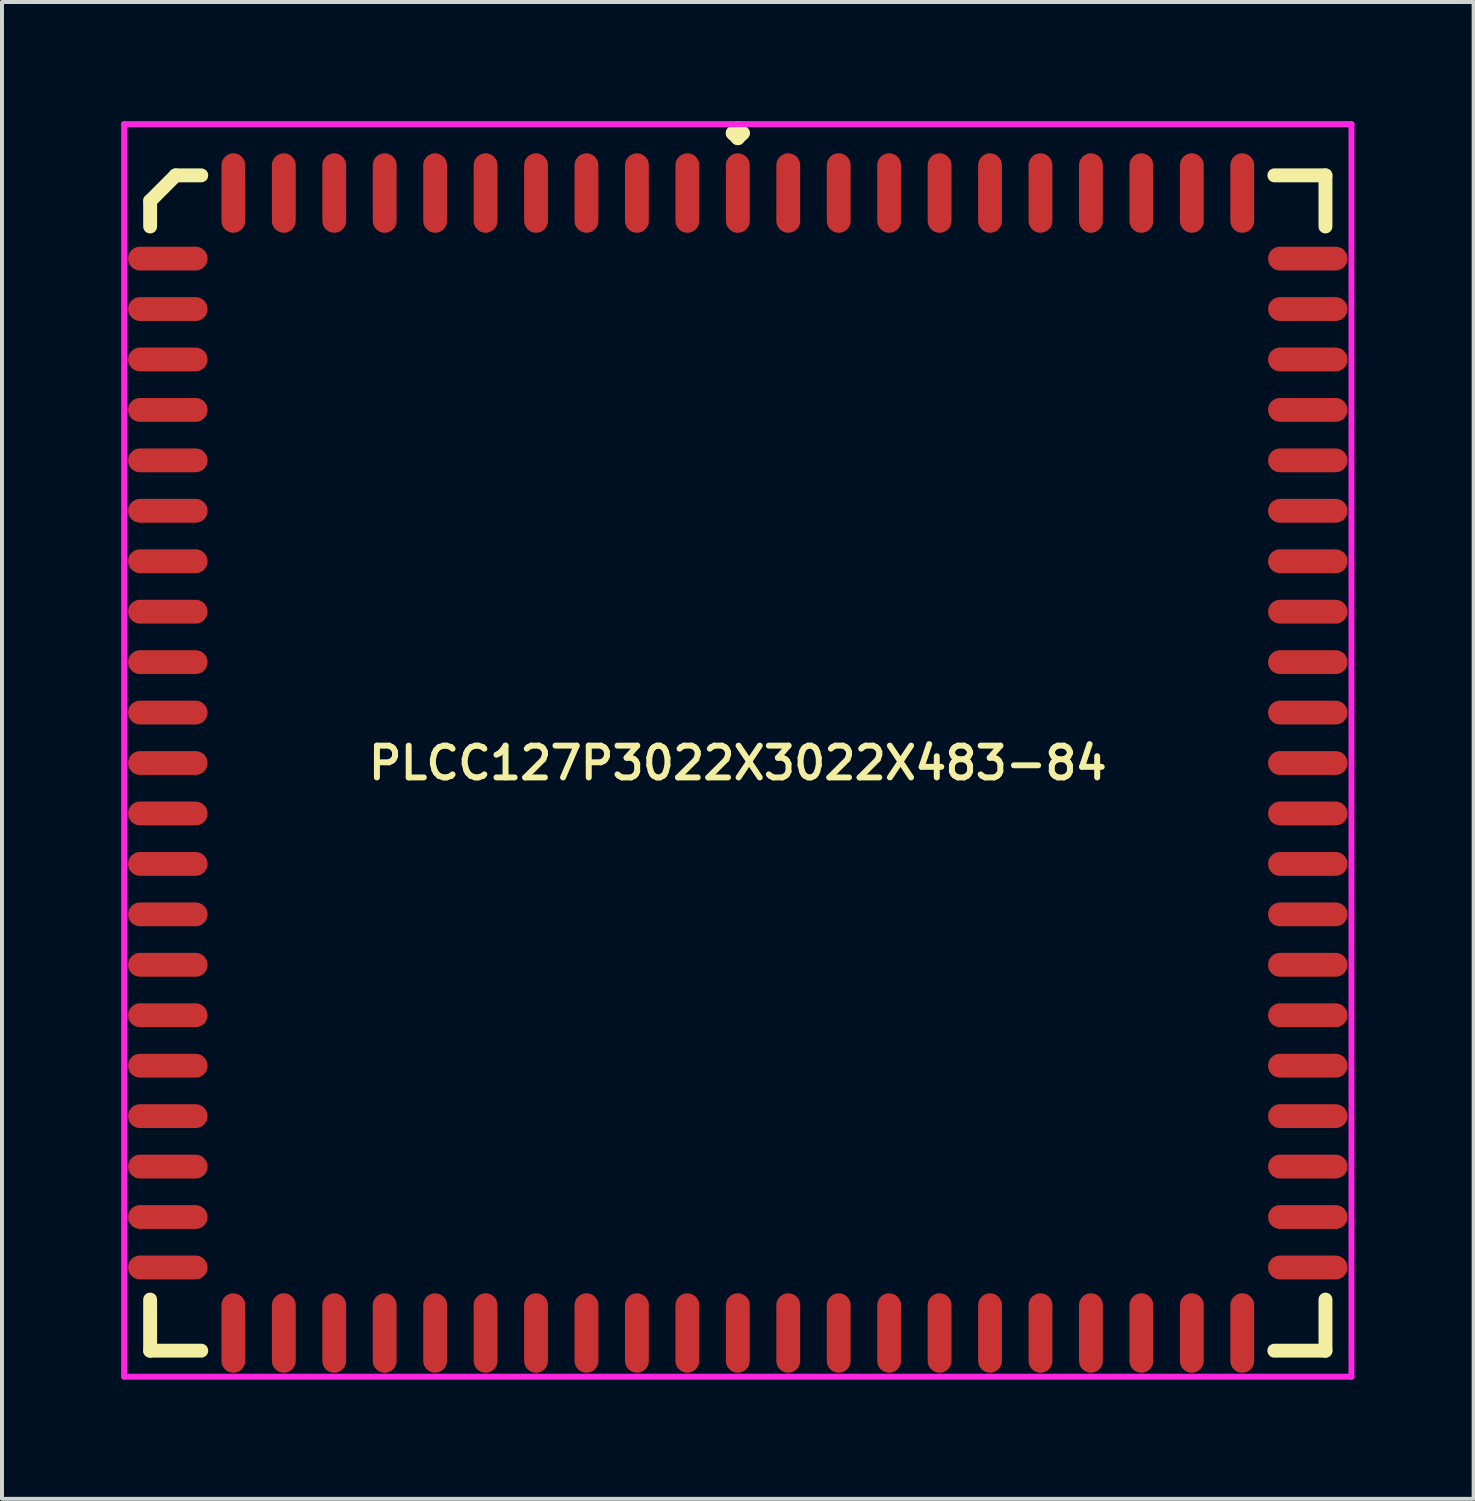
<source format=kicad_pcb>
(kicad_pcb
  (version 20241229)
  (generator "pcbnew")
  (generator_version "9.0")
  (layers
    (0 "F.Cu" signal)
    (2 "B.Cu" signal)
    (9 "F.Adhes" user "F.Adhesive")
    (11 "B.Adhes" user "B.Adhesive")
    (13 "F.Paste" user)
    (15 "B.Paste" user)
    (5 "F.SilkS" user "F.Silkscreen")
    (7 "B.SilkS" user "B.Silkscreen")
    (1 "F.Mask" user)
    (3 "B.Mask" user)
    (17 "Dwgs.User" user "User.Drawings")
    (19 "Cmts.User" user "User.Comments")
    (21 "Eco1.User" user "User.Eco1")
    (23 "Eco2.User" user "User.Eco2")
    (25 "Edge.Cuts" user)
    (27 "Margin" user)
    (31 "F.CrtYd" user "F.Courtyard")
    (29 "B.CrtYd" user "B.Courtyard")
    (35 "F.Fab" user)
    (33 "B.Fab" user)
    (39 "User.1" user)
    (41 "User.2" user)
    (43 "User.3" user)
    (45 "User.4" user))
  (footprint "PLCC127P3022X3022X483-84"
    (layer "F.Cu")
    (at 15.525 16.16)
    (property "Reference" "PLCC127P3022X3022X483-84" (at 0 0 0) (layer "F.SilkS") (effects (font (size 0.8 0.8) (thickness 0.15))))
    (attr smd)
    (fp_line (start -14.795 -14.152) (end -14.152 -14.795) (stroke (width 0.35) (type solid)) (layer "F.SilkS"))
    (fp_line (start -14.795 -13.508) (end -14.795 -14.152) (stroke (width 0.35) (type solid)) (layer "F.SilkS"))
    (fp_line (start -14.795 13.508) (end -14.795 14.795) (stroke (width 0.35) (type solid)) (layer "F.SilkS"))
    (fp_line (start -14.795 14.795) (end -13.508 14.795) (stroke (width 0.35) (type solid)) (layer "F.SilkS"))
    (fp_line (start -14.152 -14.795) (end -13.508 -14.795) (stroke (width 0.35) (type solid)) (layer "F.SilkS"))
    (fp_line (start -0.127 -15.858) (end 0 -15.985) (stroke (width 0.35) (type solid)) (layer "F.SilkS"))
    (fp_line (start 0 -15.985) (end 0.127 -15.858) (stroke (width 0.35) (type solid)) (layer "F.SilkS"))
    (fp_line (start 0 -15.731) (end -0.127 -15.858) (stroke (width 0.35) (type solid)) (layer "F.SilkS"))
    (fp_line (start 0.127 -15.858) (end 0 -15.731) (stroke (width 0.35) (type solid)) (layer "F.SilkS"))
    (fp_line (start 14.795 -14.795) (end 13.508 -14.795) (stroke (width 0.35) (type solid)) (layer "F.SilkS"))
    (fp_line (start 14.795 -13.508) (end 14.795 -14.795) (stroke (width 0.35) (type solid)) (layer "F.SilkS"))
    (fp_line (start 14.795 13.508) (end 14.795 14.795) (stroke (width 0.35) (type solid)) (layer "F.SilkS"))
    (fp_line (start 14.795 14.795) (end 13.508 14.795) (stroke (width 0.35) (type solid)) (layer "F.SilkS"))
    (fp_line (start -15.45 -16.085) (end 15.45 -16.085) (stroke (width 0.15) (type solid)) (layer "F.CrtYd"))
    (fp_line (start -15.45 15.45) (end -15.45 -16.085) (stroke (width 0.15) (type solid)) (layer "F.CrtYd"))
    (fp_line (start 15.45 -16.085) (end 15.45 15.45) (stroke (width 0.15) (type solid)) (layer "F.CrtYd"))
    (fp_line (start 15.45 15.45) (end -15.45 15.45) (stroke (width 0.15) (type solid)) (layer "F.CrtYd"))
    (pad "1" smd oval (at 0 -14.35) (size 0.6 2) (layers "F.Cu" "F.Mask" "F.Paste"))
    (pad "2" smd oval (at -1.27 -14.35) (size 0.6 2) (layers "F.Cu" "F.Mask" "F.Paste"))
    (pad "3" smd oval (at -2.54 -14.35) (size 0.6 2) (layers "F.Cu" "F.Mask" "F.Paste"))
    (pad "4" smd oval (at -3.81 -14.35) (size 0.6 2) (layers "F.Cu" "F.Mask" "F.Paste"))
    (pad "5" smd oval (at -5.08 -14.35) (size 0.6 2) (layers "F.Cu" "F.Mask" "F.Paste"))
    (pad "6" smd oval (at -6.35 -14.35) (size 0.6 2) (layers "F.Cu" "F.Mask" "F.Paste"))
    (pad "7" smd oval (at -7.62 -14.35) (size 0.6 2) (layers "F.Cu" "F.Mask" "F.Paste"))
    (pad "8" smd oval (at -8.89 -14.35) (size 0.6 2) (layers "F.Cu" "F.Mask" "F.Paste"))
    (pad "9" smd oval (at -10.16 -14.35) (size 0.6 2) (layers "F.Cu" "F.Mask" "F.Paste"))
    (pad "10" smd oval (at -11.43 -14.35) (size 0.6 2) (layers "F.Cu" "F.Mask" "F.Paste"))
    (pad "11" smd oval (at -12.7 -14.35) (size 0.6 2) (layers "F.Cu" "F.Mask" "F.Paste"))
    (pad "12" smd oval (at -14.35 -12.7) (size 2 0.6) (layers "F.Cu" "F.Mask" "F.Paste"))
    (pad "13" smd oval (at -14.35 -11.43) (size 2 0.6) (layers "F.Cu" "F.Mask" "F.Paste"))
    (pad "14" smd oval (at -14.35 -10.16) (size 2 0.6) (layers "F.Cu" "F.Mask" "F.Paste"))
    (pad "15" smd oval (at -14.35 -8.89) (size 2 0.6) (layers "F.Cu" "F.Mask" "F.Paste"))
    (pad "16" smd oval (at -14.35 -7.62) (size 2 0.6) (layers "F.Cu" "F.Mask" "F.Paste"))
    (pad "17" smd oval (at -14.35 -6.35) (size 2 0.6) (layers "F.Cu" "F.Mask" "F.Paste"))
    (pad "18" smd oval (at -14.35 -5.08) (size 2 0.6) (layers "F.Cu" "F.Mask" "F.Paste"))
    (pad "19" smd oval (at -14.35 -3.81) (size 2 0.6) (layers "F.Cu" "F.Mask" "F.Paste"))
    (pad "20" smd oval (at -14.35 -2.54) (size 2 0.6) (layers "F.Cu" "F.Mask" "F.Paste"))
    (pad "21" smd oval (at -14.35 -1.27) (size 2 0.6) (layers "F.Cu" "F.Mask" "F.Paste"))
    (pad "22" smd oval (at -14.35 0) (size 2 0.6) (layers "F.Cu" "F.Mask" "F.Paste"))
    (pad "23" smd oval (at -14.35 1.27) (size 2 0.6) (layers "F.Cu" "F.Mask" "F.Paste"))
    (pad "24" smd oval (at -14.35 2.54) (size 2 0.6) (layers "F.Cu" "F.Mask" "F.Paste"))
    (pad "25" smd oval (at -14.35 3.81) (size 2 0.6) (layers "F.Cu" "F.Mask" "F.Paste"))
    (pad "26" smd oval (at -14.35 5.08) (size 2 0.6) (layers "F.Cu" "F.Mask" "F.Paste"))
    (pad "27" smd oval (at -14.35 6.35) (size 2 0.6) (layers "F.Cu" "F.Mask" "F.Paste"))
    (pad "28" smd oval (at -14.35 7.62) (size 2 0.6) (layers "F.Cu" "F.Mask" "F.Paste"))
    (pad "29" smd oval (at -14.35 8.89) (size 2 0.6) (layers "F.Cu" "F.Mask" "F.Paste"))
    (pad "30" smd oval (at -14.35 10.16) (size 2 0.6) (layers "F.Cu" "F.Mask" "F.Paste"))
    (pad "31" smd oval (at -14.35 11.43) (size 2 0.6) (layers "F.Cu" "F.Mask" "F.Paste"))
    (pad "32" smd oval (at -14.35 12.7) (size 2 0.6) (layers "F.Cu" "F.Mask" "F.Paste"))
    (pad "33" smd oval (at -12.7 14.35) (size 0.6 2) (layers "F.Cu" "F.Mask" "F.Paste"))
    (pad "34" smd oval (at -11.43 14.35) (size 0.6 2) (layers "F.Cu" "F.Mask" "F.Paste"))
    (pad "35" smd oval (at -10.16 14.35) (size 0.6 2) (layers "F.Cu" "F.Mask" "F.Paste"))
    (pad "36" smd oval (at -8.89 14.35) (size 0.6 2) (layers "F.Cu" "F.Mask" "F.Paste"))
    (pad "37" smd oval (at -7.62 14.35) (size 0.6 2) (layers "F.Cu" "F.Mask" "F.Paste"))
    (pad "38" smd oval (at -6.35 14.35) (size 0.6 2) (layers "F.Cu" "F.Mask" "F.Paste"))
    (pad "39" smd oval (at -5.08 14.35) (size 0.6 2) (layers "F.Cu" "F.Mask" "F.Paste"))
    (pad "40" smd oval (at -3.81 14.35) (size 0.6 2) (layers "F.Cu" "F.Mask" "F.Paste"))
    (pad "41" smd oval (at -2.54 14.35) (size 0.6 2) (layers "F.Cu" "F.Mask" "F.Paste"))
    (pad "42" smd oval (at -1.27 14.35) (size 0.6 2) (layers "F.Cu" "F.Mask" "F.Paste"))
    (pad "43" smd oval (at 0 14.35) (size 0.6 2) (layers "F.Cu" "F.Mask" "F.Paste"))
    (pad "44" smd oval (at 1.27 14.35) (size 0.6 2) (layers "F.Cu" "F.Mask" "F.Paste"))
    (pad "45" smd oval (at 2.54 14.35) (size 0.6 2) (layers "F.Cu" "F.Mask" "F.Paste"))
    (pad "46" smd oval (at 3.81 14.35) (size 0.6 2) (layers "F.Cu" "F.Mask" "F.Paste"))
    (pad "47" smd oval (at 5.08 14.35) (size 0.6 2) (layers "F.Cu" "F.Mask" "F.Paste"))
    (pad "48" smd oval (at 6.35 14.35) (size 0.6 2) (layers "F.Cu" "F.Mask" "F.Paste"))
    (pad "49" smd oval (at 7.62 14.35) (size 0.6 2) (layers "F.Cu" "F.Mask" "F.Paste"))
    (pad "50" smd oval (at 8.89 14.35) (size 0.6 2) (layers "F.Cu" "F.Mask" "F.Paste"))
    (pad "51" smd oval (at 10.16 14.35) (size 0.6 2) (layers "F.Cu" "F.Mask" "F.Paste"))
    (pad "52" smd oval (at 11.43 14.35) (size 0.6 2) (layers "F.Cu" "F.Mask" "F.Paste"))
    (pad "53" smd oval (at 12.7 14.35) (size 0.6 2) (layers "F.Cu" "F.Mask" "F.Paste"))
    (pad "54" smd oval (at 14.35 12.7) (size 2 0.6) (layers "F.Cu" "F.Mask" "F.Paste"))
    (pad "55" smd oval (at 14.35 11.43) (size 2 0.6) (layers "F.Cu" "F.Mask" "F.Paste"))
    (pad "56" smd oval (at 14.35 10.16) (size 2 0.6) (layers "F.Cu" "F.Mask" "F.Paste"))
    (pad "57" smd oval (at 14.35 8.89) (size 2 0.6) (layers "F.Cu" "F.Mask" "F.Paste"))
    (pad "58" smd oval (at 14.35 7.62) (size 2 0.6) (layers "F.Cu" "F.Mask" "F.Paste"))
    (pad "59" smd oval (at 14.35 6.35) (size 2 0.6) (layers "F.Cu" "F.Mask" "F.Paste"))
    (pad "60" smd oval (at 14.35 5.08) (size 2 0.6) (layers "F.Cu" "F.Mask" "F.Paste"))
    (pad "61" smd oval (at 14.35 3.81) (size 2 0.6) (layers "F.Cu" "F.Mask" "F.Paste"))
    (pad "62" smd oval (at 14.35 2.54) (size 2 0.6) (layers "F.Cu" "F.Mask" "F.Paste"))
    (pad "63" smd oval (at 14.35 1.27) (size 2 0.6) (layers "F.Cu" "F.Mask" "F.Paste"))
    (pad "64" smd oval (at 14.35 0) (size 2 0.6) (layers "F.Cu" "F.Mask" "F.Paste"))
    (pad "65" smd oval (at 14.35 -1.27) (size 2 0.6) (layers "F.Cu" "F.Mask" "F.Paste"))
    (pad "66" smd oval (at 14.35 -2.54) (size 2 0.6) (layers "F.Cu" "F.Mask" "F.Paste"))
    (pad "67" smd oval (at 14.35 -3.81) (size 2 0.6) (layers "F.Cu" "F.Mask" "F.Paste"))
    (pad "68" smd oval (at 14.35 -5.08) (size 2 0.6) (layers "F.Cu" "F.Mask" "F.Paste"))
    (pad "69" smd oval (at 14.35 -6.35) (size 2 0.6) (layers "F.Cu" "F.Mask" "F.Paste"))
    (pad "70" smd oval (at 14.35 -7.62) (size 2 0.6) (layers "F.Cu" "F.Mask" "F.Paste"))
    (pad "71" smd oval (at 14.35 -8.89) (size 2 0.6) (layers "F.Cu" "F.Mask" "F.Paste"))
    (pad "72" smd oval (at 14.35 -10.16) (size 2 0.6) (layers "F.Cu" "F.Mask" "F.Paste"))
    (pad "73" smd oval (at 14.35 -11.43) (size 2 0.6) (layers "F.Cu" "F.Mask" "F.Paste"))
    (pad "74" smd oval (at 14.35 -12.7) (size 2 0.6) (layers "F.Cu" "F.Mask" "F.Paste"))
    (pad "75" smd oval (at 12.7 -14.35) (size 0.6 2) (layers "F.Cu" "F.Mask" "F.Paste"))
    (pad "76" smd oval (at 11.43 -14.35) (size 0.6 2) (layers "F.Cu" "F.Mask" "F.Paste"))
    (pad "77" smd oval (at 10.16 -14.35) (size 0.6 2) (layers "F.Cu" "F.Mask" "F.Paste"))
    (pad "78" smd oval (at 8.89 -14.35) (size 0.6 2) (layers "F.Cu" "F.Mask" "F.Paste"))
    (pad "79" smd oval (at 7.62 -14.35) (size 0.6 2) (layers "F.Cu" "F.Mask" "F.Paste"))
    (pad "80" smd oval (at 6.35 -14.35) (size 0.6 2) (layers "F.Cu" "F.Mask" "F.Paste"))
    (pad "81" smd oval (at 5.08 -14.35) (size 0.6 2) (layers "F.Cu" "F.Mask" "F.Paste"))
    (pad "82" smd oval (at 3.81 -14.35) (size 0.6 2) (layers "F.Cu" "F.Mask" "F.Paste"))
    (pad "83" smd oval (at 2.54 -14.35) (size 0.6 2) (layers "F.Cu" "F.Mask" "F.Paste"))
    (pad "84" smd oval (at 1.27 -14.35) (size 0.6 2) (layers "F.Cu" "F.Mask" "F.Paste")))
  (gr_rect
    (start -3 -3)
    (end 34.05 34.685)
    (stroke (width 0.1) (type default))
    (fill no)
    (layer "Edge.Cuts")))
</source>
